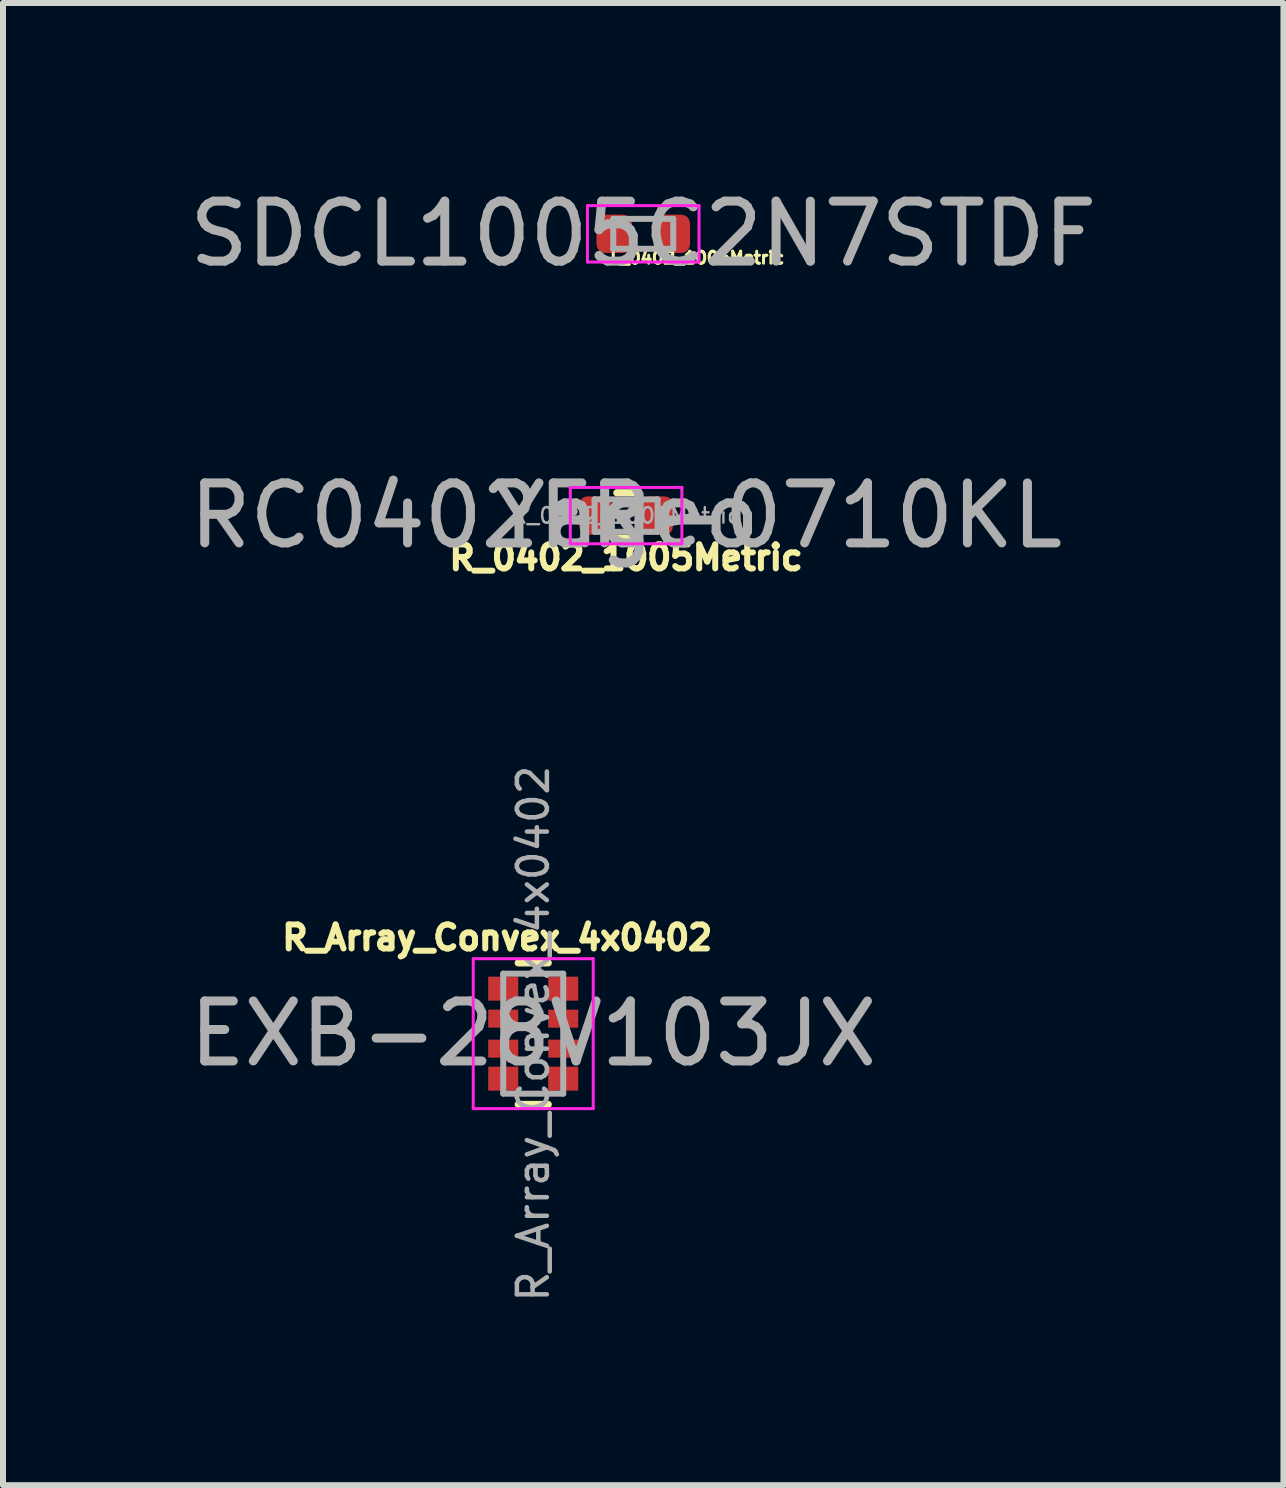
<source format=kicad_pcb>
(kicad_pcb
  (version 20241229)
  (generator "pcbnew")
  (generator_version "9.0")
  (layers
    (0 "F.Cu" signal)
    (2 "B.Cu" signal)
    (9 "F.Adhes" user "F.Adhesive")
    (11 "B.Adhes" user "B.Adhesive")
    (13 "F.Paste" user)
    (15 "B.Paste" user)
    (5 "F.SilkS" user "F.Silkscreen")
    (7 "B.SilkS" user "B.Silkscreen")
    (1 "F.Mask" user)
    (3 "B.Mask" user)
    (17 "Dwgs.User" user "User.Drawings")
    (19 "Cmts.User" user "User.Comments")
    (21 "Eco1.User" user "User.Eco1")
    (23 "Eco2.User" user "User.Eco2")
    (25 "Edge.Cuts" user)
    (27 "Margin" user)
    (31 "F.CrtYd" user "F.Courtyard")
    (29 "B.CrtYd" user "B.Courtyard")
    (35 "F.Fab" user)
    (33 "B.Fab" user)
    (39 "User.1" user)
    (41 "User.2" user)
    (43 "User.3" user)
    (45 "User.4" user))
  (footprint "R_Array_Convex_4x0402"
    (layer "F.Cu")
    (at 5.839 14.181)
    (property "Reference" "R_Array_Convex_4x0402" (at -0.6 -1.6 0) (layer "F.SilkS") (effects (font (size 0.4 0.4) (thickness 0.1))))
    (property "Datasheet" "" (at 0 0 0) (unlocked yes) (layer "F.Fab") (effects (font (size 1.27 1.27) (thickness 0.15))))
    (property "Description" "" (at 0 0 0) (unlocked yes) (layer "F.Fab") (effects (font (size 1.27 1.27) (thickness 0.15))))
    (property "PN" "EXB-28V103JX" (at 0 0 0) (unlocked yes) (layer "F.Fab") (effects (font (size 1 1) (thickness 0.15))))
    (attr smd)
    (fp_line (start 0.25 -1.18) (end -0.25 -1.18) (stroke (width 0.12) (type solid)) (layer "F.SilkS"))
    (fp_line (start 0.25 1.18) (end -0.25 1.18) (stroke (width 0.12) (type solid)) (layer "F.SilkS"))
    (fp_line (start -1 -1.25) (end -1 1.25) (stroke (width 0.05) (type solid)) (layer "F.CrtYd"))
    (fp_line (start -1 -1.25) (end 1 -1.25) (stroke (width 0.05) (type solid)) (layer "F.CrtYd"))
    (fp_line (start 1 1.25) (end -1 1.25) (stroke (width 0.05) (type solid)) (layer "F.CrtYd"))
    (fp_line (start 1 1.25) (end 1 -1.25) (stroke (width 0.05) (type solid)) (layer "F.CrtYd"))
    (fp_line (start -0.5 -1) (end 0.5 -1) (stroke (width 0.1) (type solid)) (layer "F.Fab"))
    (fp_line (start -0.5 1) (end -0.5 -1) (stroke (width 0.1) (type solid)) (layer "F.Fab"))
    (fp_line (start 0.5 -1) (end 0.5 1) (stroke (width 0.1) (type solid)) (layer "F.Fab"))
    (fp_line (start 0.5 1) (end -0.5 1) (stroke (width 0.1) (type solid)) (layer "F.Fab"))
    (fp_text user "${REFERENCE}" (at 0 0 270) (layer "F.Fab") (effects (font (size 0.5 0.5) (thickness 0.075))))
    (pad "1" smd rect (at -0.5 -0.75) (size 0.5 0.4) (layers "F.Cu" "F.Mask" "F.Paste"))
    (pad "2" smd rect (at -0.5 -0.25) (size 0.5 0.3) (layers "F.Cu" "F.Mask" "F.Paste"))
    (pad "3" smd rect (at -0.5 0.25) (size 0.5 0.3) (layers "F.Cu" "F.Mask" "F.Paste"))
    (pad "4" smd rect (at -0.5 0.75) (size 0.5 0.4) (layers "F.Cu" "F.Mask" "F.Paste"))
    (pad "5" smd rect (at 0.5 0.75) (size 0.5 0.4) (layers "F.Cu" "F.Mask" "F.Paste"))
    (pad "6" smd rect (at 0.5 0.25) (size 0.5 0.3) (layers "F.Cu" "F.Mask" "F.Paste"))
    (pad "7" smd rect (at 0.5 -0.25) (size 0.5 0.3) (layers "F.Cu" "F.Mask" "F.Paste"))
    (pad "8" smd rect (at 0.5 -0.75) (size 0.5 0.4) (layers "F.Cu" "F.Mask" "F.Paste")))
  (footprint "R_0402_1005Metric"
    (layer "F.Cu")
    (at 7.387 5.545)
    (property "Reference" "R_0402_1005Metric" (at 0 0.7 0) (layer "F.SilkS") (effects (font (size 0.4 0.4) (thickness 0.1))))
    (property "Datasheet" "" (at 0 0 0) (unlocked yes) (layer "F.Fab") (effects (font (size 1.27 1.27) (thickness 0.15))))
    (property "Description" "" (at 0 0 0) (unlocked yes) (layer "F.Fab") (effects (font (size 1.27 1.27) (thickness 0.15))))
    (property "Mfg" "Yageo" (at 0 0 0) (unlocked yes) (layer "F.Fab") (effects (font (size 1 1) (thickness 0.15))))
    (property "PN" "RC0402FR-0710KL" (at 0 0 0) (unlocked yes) (layer "F.Fab") (effects (font (size 1 1) (thickness 0.15))))
    (attr smd)
    (fp_line (start -0.154 -0.38) (end 0.154 -0.38) (stroke (width 0.12) (type solid)) (layer "F.SilkS"))
    (fp_line (start -0.154 0.38) (end 0.154 0.38) (stroke (width 0.12) (type solid)) (layer "F.SilkS"))
    (fp_line (start -0.93 -0.47) (end 0.93 -0.47) (stroke (width 0.05) (type solid)) (layer "F.CrtYd"))
    (fp_line (start -0.93 0.47) (end -0.93 -0.47) (stroke (width 0.05) (type solid)) (layer "F.CrtYd"))
    (fp_line (start 0.93 -0.47) (end 0.93 0.47) (stroke (width 0.05) (type solid)) (layer "F.CrtYd"))
    (fp_line (start 0.93 0.47) (end -0.93 0.47) (stroke (width 0.05) (type solid)) (layer "F.CrtYd"))
    (fp_line (start -0.525 -0.27) (end 0.525 -0.27) (stroke (width 0.1) (type solid)) (layer "F.Fab"))
    (fp_line (start -0.525 0.27) (end -0.525 -0.27) (stroke (width 0.1) (type solid)) (layer "F.Fab"))
    (fp_line (start 0.525 -0.27) (end 0.525 0.27) (stroke (width 0.1) (type solid)) (layer "F.Fab"))
    (fp_line (start 0.525 0.27) (end -0.525 0.27) (stroke (width 0.1) (type solid)) (layer "F.Fab"))
    (fp_text user "${REFERENCE}" (at 0 0 0) (layer "F.Fab") (effects (font (size 0.26 0.26) (thickness 0.04))))
    (pad "1" smd roundrect (at -0.51 0) (size 0.54 0.64) (layers "F.Cu" "F.Mask" "F.Paste") (roundrect_rratio 0.25))
    (pad "2" smd roundrect (at 0.51 0) (size 0.54 0.64) (layers "F.Cu" "F.Mask" "F.Paste") (roundrect_rratio 0.25)))
  (footprint "L_0402_1005Metric"
    (layer "F.Cu")
    (at 7.673 0.848)
    (property "Reference" "L_0402_1005Metric" (at 0.9 0.4 180) (layer "F.SilkS") (effects (font (size 0.2 0.2) (thickness 0.05))))
    (property "Datasheet" "" (at 0 0 0) (unlocked yes) (layer "F.Fab") (effects (font (size 1.27 1.27) (thickness 0.15))))
    (property "Description" "" (at 0 0 0) (unlocked yes) (layer "F.Fab") (effects (font (size 1.27 1.27) (thickness 0.15))))
    (property "PN" "SDCL1005C2N7STDF" (at 0 0 0) (unlocked yes) (layer "F.Fab") (effects (font (size 1 1) (thickness 0.15))))
    (attr smd)
    (fp_line (start -0.93 -0.47) (end 0.93 -0.47) (stroke (width 0.05) (type solid)) (layer "F.CrtYd"))
    (fp_line (start -0.93 0.47) (end -0.93 -0.47) (stroke (width 0.05) (type solid)) (layer "F.CrtYd"))
    (fp_line (start 0.93 -0.47) (end 0.93 0.47) (stroke (width 0.05) (type solid)) (layer "F.CrtYd"))
    (fp_line (start 0.93 0.47) (end -0.93 0.47) (stroke (width 0.05) (type solid)) (layer "F.CrtYd"))
    (fp_line (start -0.5 -0.25) (end 0.5 -0.25) (stroke (width 0.1) (type solid)) (layer "F.Fab"))
    (fp_line (start -0.5 0.25) (end -0.5 -0.25) (stroke (width 0.1) (type solid)) (layer "F.Fab"))
    (fp_line (start 0.5 -0.25) (end 0.5 0.25) (stroke (width 0.1) (type solid)) (layer "F.Fab"))
    (fp_line (start 0.5 0.25) (end -0.5 0.25) (stroke (width 0.1) (type solid)) (layer "F.Fab"))
    (pad "1" smd roundrect (at -0.485 0) (size 0.59 0.64) (layers "F.Cu" "F.Mask" "F.Paste") (roundrect_rratio 0.25))
    (pad "2" smd roundrect (at 0.485 0) (size 0.59 0.64) (layers "F.Cu" "F.Mask" "F.Paste") (roundrect_rratio 0.25)))
  (gr_rect
    (start -3 -3)
    (end 18.345 21.708)
    (stroke (width 0.1) (type default))
    (fill no)
    (layer "Edge.Cuts")))
</source>
